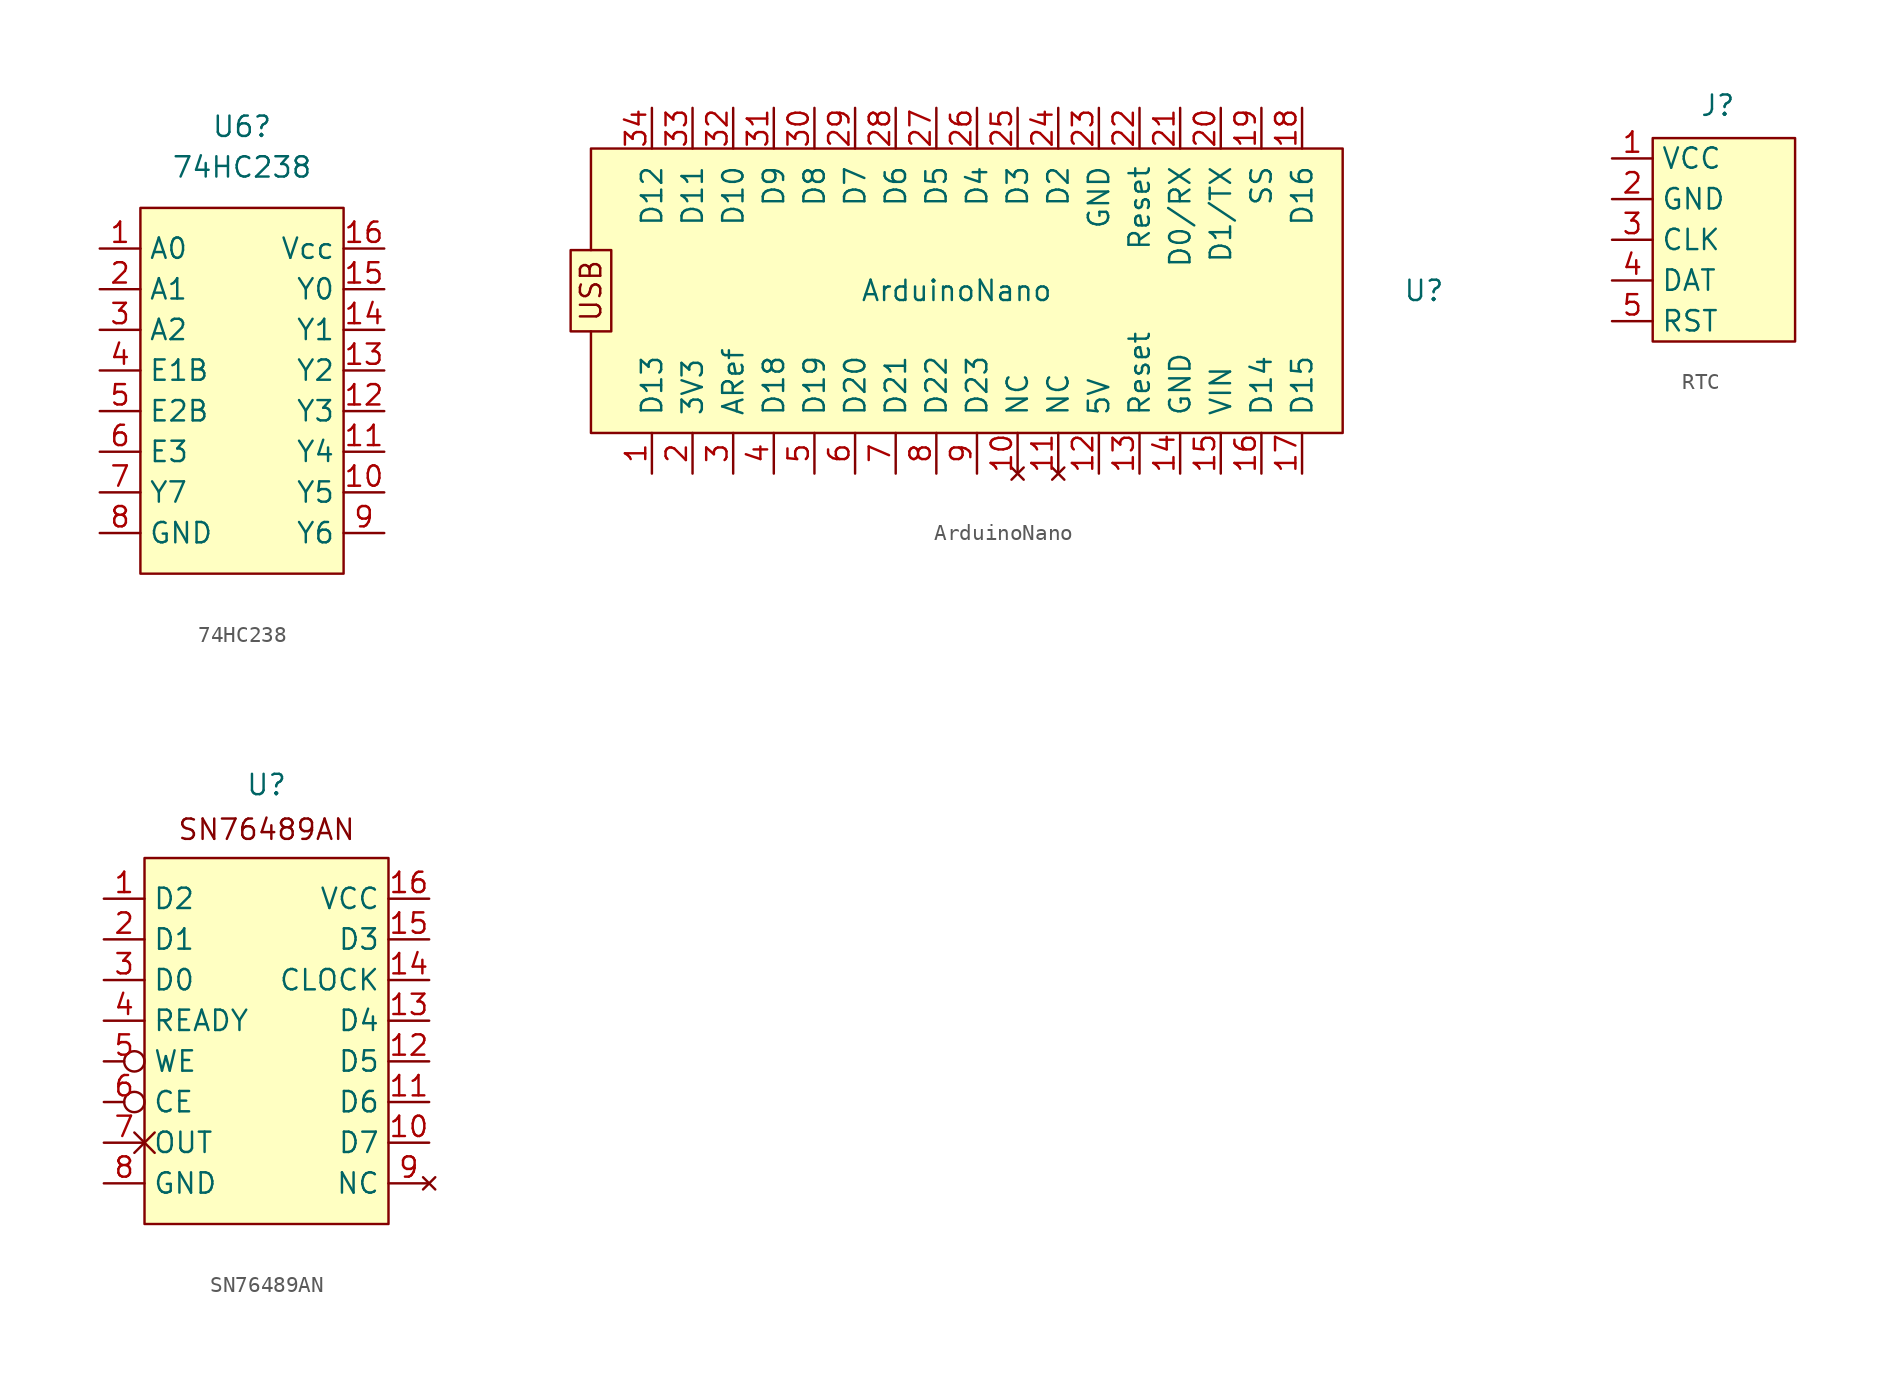
<source format=kicad_sym>
(kicad_symbol_lib
  (version 20241209)
  (generator "kicad_symbol_editor")
  (generator_version "9.0")
  (symbol "74HC238"
    (property "Reference" "U6"
      (at 0 15.24 0)
      (effects (font (size 1.27 1.27))))
    (property "Value" "74HC238"
      (at 0 12.7 0)
      (effects (font (size 1.27 1.27))))
    (symbol "74HC238_1_1"
      (rectangle (start -6.35 10.16) (end 6.35 -12.7) (stroke (width 0) (type default)) (fill (type background)))
      (pin input line (at -8.89 7.62 0) (length 2.54) (name "A0" (effects (font (size 1.27 1.27)))) (number "1" (effects (font (size 1.27 1.27)))))
      (pin input line (at -8.89 5.08 0) (length 2.54) (name "A1" (effects (font (size 1.27 1.27)))) (number "2" (effects (font (size 1.27 1.27)))))
      (pin input line (at -8.89 2.54 0) (length 2.54) (name "A2" (effects (font (size 1.27 1.27)))) (number "3" (effects (font (size 1.27 1.27)))))
      (pin input line (at -8.89 0 0) (length 2.54) (name "E1B" (effects (font (size 1.27 1.27)))) (number "4" (effects (font (size 1.27 1.27)))))
      (pin input line (at -8.89 -2.54 0) (length 2.54) (name "E2B" (effects (font (size 1.27 1.27)))) (number "5" (effects (font (size 1.27 1.27)))))
      (pin input line (at -8.89 -5.08 0) (length 2.54) (name "E3" (effects (font (size 1.27 1.27)))) (number "6" (effects (font (size 1.27 1.27)))))
      (pin output line (at -8.89 -7.62 0) (length 2.54) (name "Y7" (effects (font (size 1.27 1.27)))) (number "7" (effects (font (size 1.27 1.27)))))
      (pin power_in line (at -8.89 -10.16 0) (length 2.54) (name "GND" (effects (font (size 1.27 1.27)))) (number "8" (effects (font (size 1.27 1.27)))))
      (pin power_in line (at 8.89 7.62 180) (length 2.54) (name "Vcc" (effects (font (size 1.27 1.27)))) (number "16" (effects (font (size 1.27 1.27)))))
      (pin output line (at 8.89 5.08 180) (length 2.54) (name "Y0" (effects (font (size 1.27 1.27)))) (number "15" (effects (font (size 1.27 1.27)))))
      (pin output line (at 8.89 2.54 180) (length 2.54) (name "Y1" (effects (font (size 1.27 1.27)))) (number "14" (effects (font (size 1.27 1.27)))))
      (pin output line (at 8.89 0 180) (length 2.54) (name "Y2" (effects (font (size 1.27 1.27)))) (number "13" (effects (font (size 1.27 1.27)))))
      (pin output line (at 8.89 -2.54 180) (length 2.54) (name "Y3" (effects (font (size 1.27 1.27)))) (number "12" (effects (font (size 1.27 1.27)))))
      (pin output line (at 8.89 -5.08 180) (length 2.54) (name "Y4" (effects (font (size 1.27 1.27)))) (number "11" (effects (font (size 1.27 1.27)))))
      (pin output line (at 8.89 -7.62 180) (length 2.54) (name "Y5" (effects (font (size 1.27 1.27)))) (number "10" (effects (font (size 1.27 1.27)))))
      (pin output line (at 8.89 -10.16 180) (length 2.54) (name "Y6" (effects (font (size 1.27 1.27)))) (number "9" (effects (font (size 1.27 1.27)))))))
  (symbol "ArduinoNano"
    (pin_names
      (offset 1.016))
    (property "Reference" "U"
      (at 27.94 0 0)
      (effects (font (size 1.27 1.27))))
    (property "Value" "ArduinoNano"
      (at -1.27 0 0)
      (effects (font (size 1.27 1.27))))
    (symbol "ArduinoNano_0_0"
      (rectangle (start -25.4 2.54) (end -22.86 -2.54) (stroke (width 0) (type solid)) (fill (type background)))
      (polyline (pts (xy -24.13 2.54) (xy -24.13 8.89) (xy 22.86 8.89) (xy 22.86 -8.89) (xy -24.13 -8.89) (xy -24.13 -2.54)) (stroke (width 0) (type solid)) (fill (type background)))
      (text "USB" (at -24.13 0 900) (effects (font (size 1.27 1.27)))))
    (symbol "ArduinoNano_1_1"
      (pin bidirectional line (at -20.32 11.43 270) (length 2.54) (name "D12" (effects (font (size 1.27 1.27)))) (number "34" (effects (font (size 1.27 1.27)))))
      (pin bidirectional line (at -20.32 -11.43 90) (length 2.54) (name "D13" (effects (font (size 1.27 1.27)))) (number "1" (effects (font (size 1.27 1.27)))))
      (pin bidirectional line (at -17.78 11.43 270) (length 2.54) (name "D11" (effects (font (size 1.27 1.27)))) (number "33" (effects (font (size 1.27 1.27)))))
      (pin power_out line (at -17.78 -11.43 90) (length 2.54) (name "3V3" (effects (font (size 1.27 1.27)))) (number "2" (effects (font (size 1.27 1.27)))))
      (pin bidirectional line (at -15.24 11.43 270) (length 2.54) (name "D10" (effects (font (size 1.27 1.27)))) (number "32" (effects (font (size 1.27 1.27)))))
      (pin input line (at -15.24 -11.43 90) (length 2.54) (name "ARef" (effects (font (size 1.27 1.27)))) (number "3" (effects (font (size 1.27 1.27)))))
      (pin bidirectional line (at -12.7 11.43 270) (length 2.54) (name "D9" (effects (font (size 1.27 1.27)))) (number "31" (effects (font (size 1.27 1.27)))))
      (pin bidirectional line (at -12.7 -11.43 90) (length 2.54) (name "D18" (effects (font (size 1.27 1.27)))) (number "4" (effects (font (size 1.27 1.27)))))
      (pin bidirectional line (at -10.16 11.43 270) (length 2.54) (name "D8" (effects (font (size 1.27 1.27)))) (number "30" (effects (font (size 1.27 1.27)))))
      (pin bidirectional line (at -10.16 -11.43 90) (length 2.54) (name "D19" (effects (font (size 1.27 1.27)))) (number "5" (effects (font (size 1.27 1.27)))))
      (pin bidirectional line (at -7.62 11.43 270) (length 2.54) (name "D7" (effects (font (size 1.27 1.27)))) (number "29" (effects (font (size 1.27 1.27)))))
      (pin bidirectional line (at -7.62 -11.43 90) (length 2.54) (name "D20" (effects (font (size 1.27 1.27)))) (number "6" (effects (font (size 1.27 1.27)))))
      (pin bidirectional line (at -5.08 11.43 270) (length 2.54) (name "D6" (effects (font (size 1.27 1.27)))) (number "28" (effects (font (size 1.27 1.27)))))
      (pin bidirectional line (at -5.08 -11.43 90) (length 2.54) (name "D21" (effects (font (size 1.27 1.27)))) (number "7" (effects (font (size 1.27 1.27)))))
      (pin bidirectional line (at -2.54 11.43 270) (length 2.54) (name "D5" (effects (font (size 1.27 1.27)))) (number "27" (effects (font (size 1.27 1.27)))))
      (pin bidirectional line (at -2.54 -11.43 90) (length 2.54) (name "D22" (effects (font (size 1.27 1.27)))) (number "8" (effects (font (size 1.27 1.27)))))
      (pin bidirectional line (at 0 11.43 270) (length 2.54) (name "D4" (effects (font (size 1.27 1.27)))) (number "26" (effects (font (size 1.27 1.27)))))
      (pin bidirectional line (at 0 -11.43 90) (length 2.54) (name "D23" (effects (font (size 1.27 1.27)))) (number "9" (effects (font (size 1.27 1.27)))))
      (pin bidirectional line (at 2.54 11.43 270) (length 2.54) (name "D3" (effects (font (size 1.27 1.27)))) (number "25" (effects (font (size 1.27 1.27)))))
      (pin no_connect line (at 2.54 -11.43 90) (length 2.54) (name "NC" (effects (font (size 1.27 1.27)))) (number "10" (effects (font (size 1.27 1.27)))))
      (pin bidirectional line (at 5.08 11.43 270) (length 2.54) (name "D2" (effects (font (size 1.27 1.27)))) (number "24" (effects (font (size 1.27 1.27)))))
      (pin no_connect line (at 5.08 -11.43 90) (length 2.54) (name "NC" (effects (font (size 1.27 1.27)))) (number "11" (effects (font (size 1.27 1.27)))))
      (pin power_in line (at 7.62 11.43 270) (length 2.54) (name "GND" (effects (font (size 1.27 1.27)))) (number "23" (effects (font (size 1.27 1.27)))))
      (pin power_out line (at 7.62 -11.43 90) (length 2.54) (name "5V" (effects (font (size 1.27 1.27)))) (number "12" (effects (font (size 1.27 1.27)))))
      (pin input line (at 10.16 11.43 270) (length 2.54) (name "Reset" (effects (font (size 1.27 1.27)))) (number "22" (effects (font (size 1.27 1.27)))))
      (pin input line (at 10.16 -11.43 90) (length 2.54) (name "Reset" (effects (font (size 1.27 1.27)))) (number "13" (effects (font (size 1.27 1.27)))))
      (pin bidirectional line (at 12.7 11.43 270) (length 2.54) (name "D0/RX" (effects (font (size 1.27 1.27)))) (number "21" (effects (font (size 1.27 1.27)))))
      (pin power_in line (at 12.7 -11.43 90) (length 2.54) (name "GND" (effects (font (size 1.27 1.27)))) (number "14" (effects (font (size 1.27 1.27)))))
      (pin bidirectional line (at 15.24 11.43 270) (length 2.54) (name "D1/TX" (effects (font (size 1.27 1.27)))) (number "20" (effects (font (size 1.27 1.27)))))
      (pin power_in line (at 15.24 -11.43 90) (length 2.54) (name "VIN" (effects (font (size 1.27 1.27)))) (number "15" (effects (font (size 1.27 1.27)))))
      (pin bidirectional line (at 17.78 11.43 270) (length 2.54) (name "SS" (effects (font (size 1.27 1.27)))) (number "19" (effects (font (size 1.27 1.27)))))
      (pin bidirectional line (at 17.78 -11.43 90) (length 2.54) (name "D14" (effects (font (size 1.27 1.27)))) (number "16" (effects (font (size 1.27 1.27)))))
      (pin bidirectional line (at 20.32 11.43 270) (length 2.54) (name "D16" (effects (font (size 1.27 1.27)))) (number "18" (effects (font (size 1.27 1.27)))))
      (pin bidirectional line (at 20.32 -11.43 90) (length 2.54) (name "D15" (effects (font (size 1.27 1.27)))) (number "17" (effects (font (size 1.27 1.27)))))))
  (symbol "RTC"
    (property "Reference" "J"
      (at 0.254 8.382 0)
      (effects (font (size 1.27 1.27))))
    (property "Value" ""
      (at 0 0 0)
      (effects (font (size 1.27 1.27))))
    (symbol "RTC_1_1"
      (rectangle (start -3.81 6.35) (end 5.08 -6.35) (stroke (width 0) (type solid)) (fill (type background)))
      (pin power_in line (at -6.35 5.08 0) (length 2.54) (name "VCC" (effects (font (size 1.27 1.27)))) (number "1" (effects (font (size 1.27 1.27)))))
      (pin power_in line (at -6.35 2.54 0) (length 2.54) (name "GND" (effects (font (size 1.27 1.27)))) (number "2" (effects (font (size 1.27 1.27)))))
      (pin input line (at -6.35 0 0) (length 2.54) (name "CLK" (effects (font (size 1.27 1.27)))) (number "3" (effects (font (size 1.27 1.27)))))
      (pin tri_state line (at -6.35 -2.54 0) (length 2.54) (name "DAT" (effects (font (size 1.27 1.27)))) (number "4" (effects (font (size 1.27 1.27)))))
      (pin input line (at -6.35 -5.08 0) (length 2.54) (name "RST" (effects (font (size 1.27 1.27)))) (number "5" (effects (font (size 1.27 1.27)))))))
  (symbol "SN76489AN"
    (property "Reference" "U"
      (at 0 16.002 0)
      (effects (font (size 1.27 1.27))))
    (property "Value" ""
      (at 0 0 0)
      (effects (font (size 1.27 1.27))))
    (symbol "SN76489AN_1_1"
      (rectangle (start -7.62 11.43) (end 7.62 -11.43) (stroke (width 0) (type solid)) (fill (type background)))
      (text "SN76489AN" (at 0 13.208 0) (effects (font (size 1.27 1.27))))
      (pin tri_state line (at -10.16 8.89 0) (length 2.54) (name "D2" (effects (font (size 1.27 1.27)))) (number "1" (effects (font (size 1.27 1.27)))))
      (pin tri_state line (at -10.16 6.35 0) (length 2.54) (name "D1" (effects (font (size 1.27 1.27)))) (number "2" (effects (font (size 1.27 1.27)))))
      (pin tri_state line (at -10.16 3.81 0) (length 2.54) (name "D0" (effects (font (size 1.27 1.27)))) (number "3" (effects (font (size 1.27 1.27)))))
      (pin output line (at -10.16 1.27 0) (length 2.54) (name "READY" (effects (font (size 1.27 1.27)))) (number "4" (effects (font (size 1.27 1.27)))))
      (pin input inverted (at -10.16 -1.27 0) (length 2.54) (name "WE" (effects (font (size 1.27 1.27)))) (number "5" (effects (font (size 1.27 1.27)))))
      (pin input inverted (at -10.16 -3.81 0) (length 2.54) (name "CE" (effects (font (size 1.27 1.27)))) (number "6" (effects (font (size 1.27 1.27)))))
      (pin output non_logic (at -10.16 -6.35 0) (length 2.54) (name "OUT" (effects (font (size 1.27 1.27)))) (number "7" (effects (font (size 1.27 1.27)))))
      (pin power_in line (at -10.16 -8.89 0) (length 2.54) (name "GND" (effects (font (size 1.27 1.27)))) (number "8" (effects (font (size 1.27 1.27)))))
      (pin power_in line (at 10.16 8.89 180) (length 2.54) (name "VCC" (effects (font (size 1.27 1.27)))) (number "16" (effects (font (size 1.27 1.27)))))
      (pin tri_state line (at 10.16 6.35 180) (length 2.54) (name "D3" (effects (font (size 1.27 1.27)))) (number "15" (effects (font (size 1.27 1.27)))))
      (pin input line (at 10.16 3.81 180) (length 2.54) (name "CLOCK" (effects (font (size 1.27 1.27)))) (number "14" (effects (font (size 1.27 1.27)))))
      (pin tri_state line (at 10.16 1.27 180) (length 2.54) (name "D4" (effects (font (size 1.27 1.27)))) (number "13" (effects (font (size 1.27 1.27)))))
      (pin tri_state line (at 10.16 -1.27 180) (length 2.54) (name "D5" (effects (font (size 1.27 1.27)))) (number "12" (effects (font (size 1.27 1.27)))))
      (pin tri_state line (at 10.16 -3.81 180) (length 2.54) (name "D6" (effects (font (size 1.27 1.27)))) (number "11" (effects (font (size 1.27 1.27)))))
      (pin tri_state line (at 10.16 -6.35 180) (length 2.54) (name "D7" (effects (font (size 1.27 1.27)))) (number "10" (effects (font (size 1.27 1.27)))))
      (pin no_connect line (at 10.16 -8.89 180) (length 2.54) (name "NC" (effects (font (size 1.27 1.27)))) (number "9" (effects (font (size 1.27 1.27))))))))
</source>
